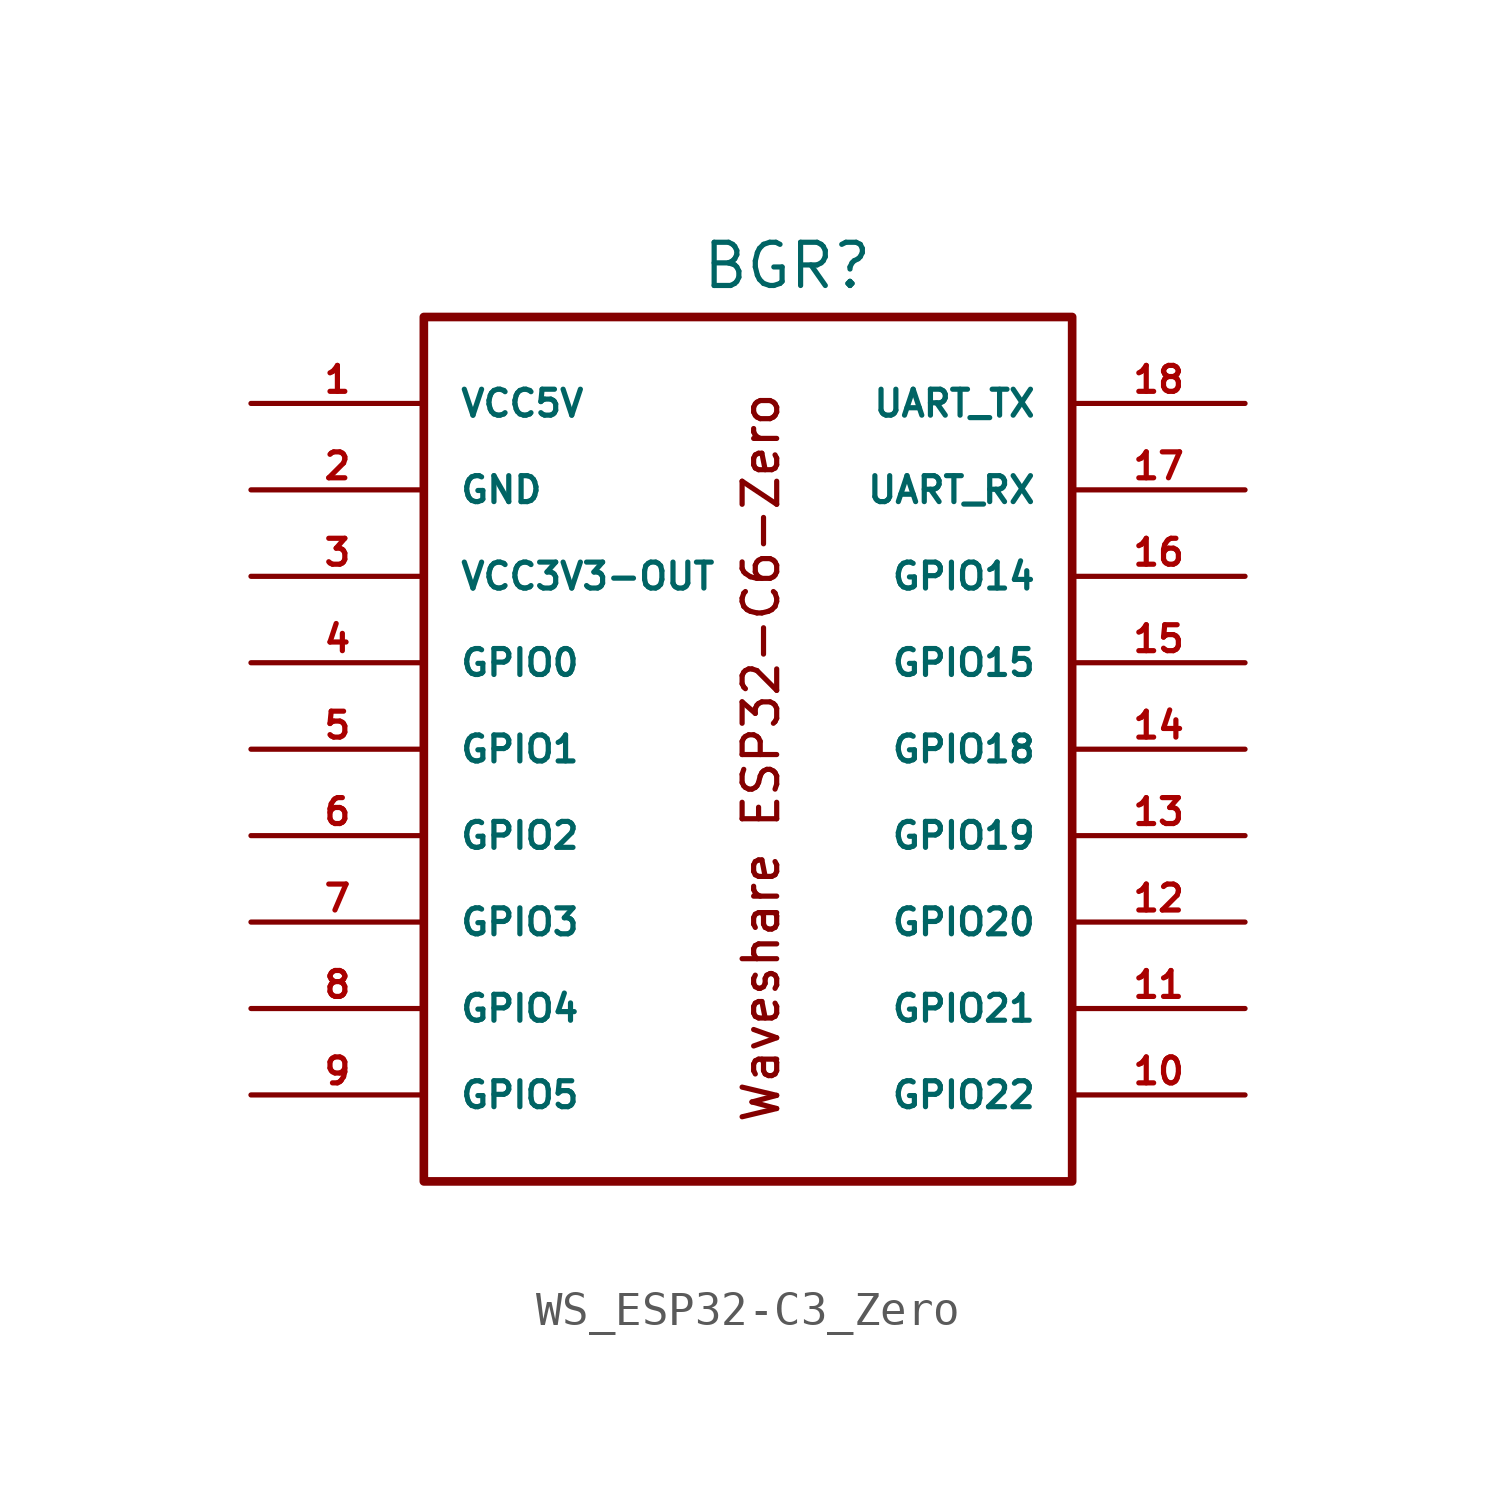
<source format=kicad_sym>
(kicad_symbol_lib
  (version 20241209)
  (generator "kicad_symbol_editor")
  (generator_version "9.0")
  (symbol "WS_ESP32-C3_Zero"
    (pin_names
      (offset 1.016))
    (property "Reference" "BGR"
      (at -2.032 12.192 0)
      (effects (font (size 1.27 1.27)) (justify left bottom)))
    (symbol "WS_ESP32-C3_Zero_1_0"
      (rectangle (start -10.16 11.43) (end 8.89 -13.97) (stroke (width 0.254) (type solid)) (fill (type none)))
      (pin bidirectional line (at -15.24 8.89 0) (length 5.08) (name "VCC5V" (effects (font (size 0.762 0.762)))) (number "1" (effects (font (size 0.762 0.762)))))
      (pin bidirectional line (at -15.24 6.35 0) (length 5.08) (name "GND" (effects (font (size 0.762 0.762)))) (number "2" (effects (font (size 0.762 0.762)))))
      (pin bidirectional line (at -15.24 3.81 0) (length 5.08) (name "VCC3V3-OUT" (effects (font (size 0.762 0.762)))) (number "3" (effects (font (size 0.762 0.762)))))
      (pin bidirectional line (at -15.24 1.27 0) (length 5.08) (name "GPIO0" (effects (font (size 0.762 0.762)))) (number "4" (effects (font (size 0.762 0.762)))))
      (pin bidirectional line (at -15.24 -1.27 0) (length 5.08) (name "GPIO1" (effects (font (size 0.762 0.762)))) (number "5" (effects (font (size 0.762 0.762)))))
      (pin bidirectional line (at -15.24 -3.81 0) (length 5.08) (name "GPIO2" (effects (font (size 0.762 0.762)))) (number "6" (effects (font (size 0.762 0.762)))))
      (pin bidirectional line (at -15.24 -6.35 0) (length 5.08) (name "GPIO3" (effects (font (size 0.762 0.762)))) (number "7" (effects (font (size 0.762 0.762)))))
      (pin bidirectional line (at -15.24 -8.89 0) (length 5.08) (name "GPIO4" (effects (font (size 0.762 0.762)))) (number "8" (effects (font (size 0.762 0.762)))))
      (pin bidirectional line (at -15.24 -11.43 0) (length 5.08) (name "GPIO5" (effects (font (size 0.762 0.762)))) (number "9" (effects (font (size 0.762 0.762)))))
      (pin bidirectional line (at 13.97 8.89 180) (length 5.08) (name "UART_TX" (effects (font (size 0.762 0.762)))) (number "18" (effects (font (size 0.762 0.762)))))
      (pin bidirectional line (at 13.97 6.35 180) (length 5.08) (name "UART_RX" (effects (font (size 0.762 0.762)))) (number "17" (effects (font (size 0.762 0.762)))))
      (pin bidirectional line (at 13.97 3.81 180) (length 5.08) (name "GPIO14" (effects (font (size 0.762 0.762)))) (number "16" (effects (font (size 0.762 0.762)))))
      (pin bidirectional line (at 13.97 1.27 180) (length 5.08) (name "GPIO15" (effects (font (size 0.762 0.762)))) (number "15" (effects (font (size 0.762 0.762)))))
      (pin bidirectional line (at 13.97 -1.27 180) (length 5.08) (name "GPIO18" (effects (font (size 0.762 0.762)))) (number "14" (effects (font (size 0.762 0.762)))))
      (pin bidirectional line (at 13.97 -3.81 180) (length 5.08) (name "GPIO19" (effects (font (size 0.762 0.762)))) (number "13" (effects (font (size 0.762 0.762)))))
      (pin bidirectional line (at 13.97 -6.35 180) (length 5.08) (name "GPIO20" (effects (font (size 0.762 0.762)))) (number "12" (effects (font (size 0.762 0.762)))))
      (pin bidirectional line (at 13.97 -8.89 180) (length 5.08) (name "GPIO21" (effects (font (size 0.762 0.762)))) (number "11" (effects (font (size 0.762 0.762)))))
      (pin bidirectional line (at 13.97 -11.43 180) (length 5.08) (name "GPIO22" (effects (font (size 0.762 0.762)))) (number "10" (effects (font (size 0.762 0.762))))))
    (symbol "WS_ESP32-C3_Zero_1_1"
      (text "Waveshare ESP32-C6-Zero" (at -0.254 -1.524 900) (effects (font (size 1.016 1.016)))))))
</source>
